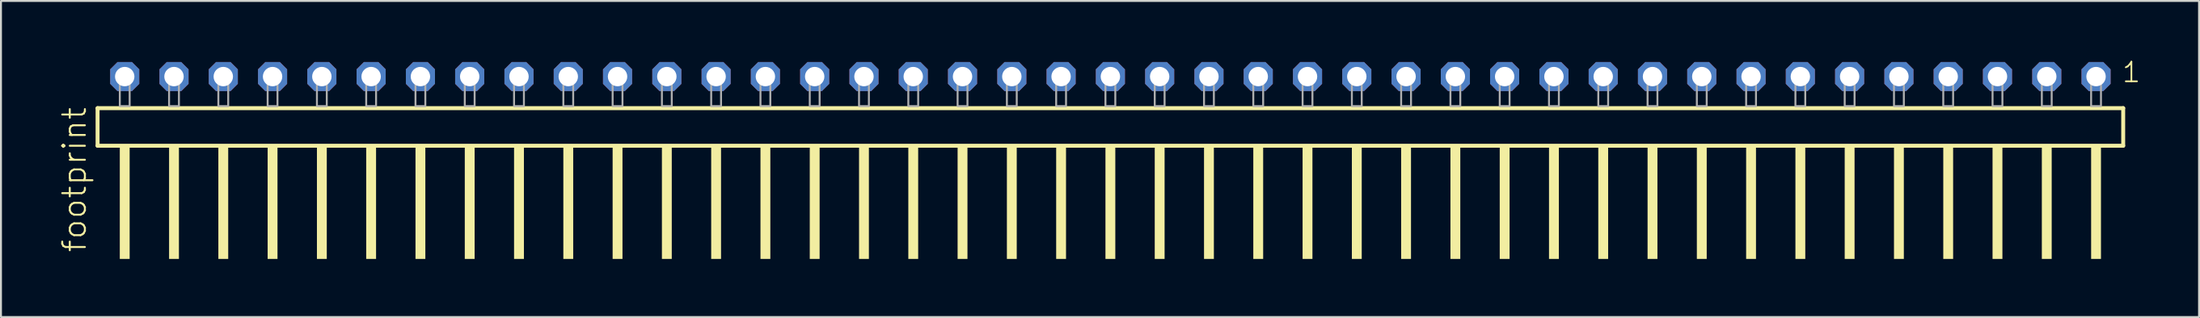
<source format=kicad_pcb>
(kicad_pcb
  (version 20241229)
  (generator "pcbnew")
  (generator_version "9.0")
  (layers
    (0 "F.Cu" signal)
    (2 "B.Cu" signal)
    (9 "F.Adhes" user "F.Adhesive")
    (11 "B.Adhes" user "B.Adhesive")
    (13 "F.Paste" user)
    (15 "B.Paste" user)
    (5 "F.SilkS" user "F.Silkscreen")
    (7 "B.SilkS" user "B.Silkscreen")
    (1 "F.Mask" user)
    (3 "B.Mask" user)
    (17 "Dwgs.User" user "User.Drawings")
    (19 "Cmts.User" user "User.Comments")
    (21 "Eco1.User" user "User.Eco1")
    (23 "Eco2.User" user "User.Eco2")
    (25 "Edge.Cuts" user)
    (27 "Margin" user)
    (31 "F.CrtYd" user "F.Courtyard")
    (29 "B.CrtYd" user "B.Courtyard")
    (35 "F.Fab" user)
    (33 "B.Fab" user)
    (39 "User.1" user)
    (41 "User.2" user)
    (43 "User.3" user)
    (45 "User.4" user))
  (footprint "footprint"
    (layer "F.Cu")
    (at 54.178 2.428)
    (property "Reference" "footprint" (at -52.705 7.62 90) (layer "F.SilkS") (effects (font (size 1.168 1.168) (thickness 0.102)) (justify left bottom)))
    (fp_line (start -52.199 0.106) (end -52.199 2.046) (stroke (width 0.203) (type solid)) (layer "F.SilkS"))
    (fp_line (start -52.199 2.046) (end 52.199 2.046) (stroke (width 0.203) (type solid)) (layer "F.SilkS"))
    (fp_line (start 52.199 0.106) (end -52.199 0.106) (stroke (width 0.203) (type solid)) (layer "F.SilkS"))
    (fp_line (start 52.199 2.046) (end 52.199 0.106) (stroke (width 0.203) (type solid)) (layer "F.SilkS"))
    (fp_poly (pts (xy -51.054 7.89) (xy -50.546 7.89) (xy -50.546 2.04) (xy -51.054 2.04)) (stroke (width 0) (type solid)) (fill yes) (layer "F.SilkS"))
    (fp_poly (pts (xy -48.514 7.89) (xy -48.006 7.89) (xy -48.006 2.04) (xy -48.514 2.04)) (stroke (width 0) (type solid)) (fill yes) (layer "F.SilkS"))
    (fp_poly (pts (xy -45.974 7.89) (xy -45.466 7.89) (xy -45.466 2.04) (xy -45.974 2.04)) (stroke (width 0) (type solid)) (fill yes) (layer "F.SilkS"))
    (fp_poly (pts (xy -43.434 7.89) (xy -42.926 7.89) (xy -42.926 2.04) (xy -43.434 2.04)) (stroke (width 0) (type solid)) (fill yes) (layer "F.SilkS"))
    (fp_poly (pts (xy -40.894 7.89) (xy -40.386 7.89) (xy -40.386 2.04) (xy -40.894 2.04)) (stroke (width 0) (type solid)) (fill yes) (layer "F.SilkS"))
    (fp_poly (pts (xy -38.354 7.89) (xy -37.846 7.89) (xy -37.846 2.04) (xy -38.354 2.04)) (stroke (width 0) (type solid)) (fill yes) (layer "F.SilkS"))
    (fp_poly (pts (xy -35.814 7.89) (xy -35.306 7.89) (xy -35.306 2.04) (xy -35.814 2.04)) (stroke (width 0) (type solid)) (fill yes) (layer "F.SilkS"))
    (fp_poly (pts (xy -33.274 7.89) (xy -32.766 7.89) (xy -32.766 2.04) (xy -33.274 2.04)) (stroke (width 0) (type solid)) (fill yes) (layer "F.SilkS"))
    (fp_poly (pts (xy -30.734 7.89) (xy -30.226 7.89) (xy -30.226 2.04) (xy -30.734 2.04)) (stroke (width 0) (type solid)) (fill yes) (layer "F.SilkS"))
    (fp_poly (pts (xy -28.194 7.89) (xy -27.686 7.89) (xy -27.686 2.04) (xy -28.194 2.04)) (stroke (width 0) (type solid)) (fill yes) (layer "F.SilkS"))
    (fp_poly (pts (xy -25.654 7.89) (xy -25.146 7.89) (xy -25.146 2.04) (xy -25.654 2.04)) (stroke (width 0) (type solid)) (fill yes) (layer "F.SilkS"))
    (fp_poly (pts (xy -23.114 7.89) (xy -22.606 7.89) (xy -22.606 2.04) (xy -23.114 2.04)) (stroke (width 0) (type solid)) (fill yes) (layer "F.SilkS"))
    (fp_poly (pts (xy -20.574 7.89) (xy -20.066 7.89) (xy -20.066 2.04) (xy -20.574 2.04)) (stroke (width 0) (type solid)) (fill yes) (layer "F.SilkS"))
    (fp_poly (pts (xy -18.034 7.89) (xy -17.526 7.89) (xy -17.526 2.04) (xy -18.034 2.04)) (stroke (width 0) (type solid)) (fill yes) (layer "F.SilkS"))
    (fp_poly (pts (xy -15.494 7.89) (xy -14.986 7.89) (xy -14.986 2.04) (xy -15.494 2.04)) (stroke (width 0) (type solid)) (fill yes) (layer "F.SilkS"))
    (fp_poly (pts (xy -12.954 7.89) (xy -12.446 7.89) (xy -12.446 2.04) (xy -12.954 2.04)) (stroke (width 0) (type solid)) (fill yes) (layer "F.SilkS"))
    (fp_poly (pts (xy -10.414 7.89) (xy -9.906 7.89) (xy -9.906 2.04) (xy -10.414 2.04)) (stroke (width 0) (type solid)) (fill yes) (layer "F.SilkS"))
    (fp_poly (pts (xy -7.874 7.89) (xy -7.366 7.89) (xy -7.366 2.04) (xy -7.874 2.04)) (stroke (width 0) (type solid)) (fill yes) (layer "F.SilkS"))
    (fp_poly (pts (xy -5.334 7.89) (xy -4.826 7.89) (xy -4.826 2.04) (xy -5.334 2.04)) (stroke (width 0) (type solid)) (fill yes) (layer "F.SilkS"))
    (fp_poly (pts (xy -2.794 7.89) (xy -2.286 7.89) (xy -2.286 2.04) (xy -2.794 2.04)) (stroke (width 0) (type solid)) (fill yes) (layer "F.SilkS"))
    (fp_poly (pts (xy -0.254 7.89) (xy 0.254 7.89) (xy 0.254 2.04) (xy -0.254 2.04)) (stroke (width 0) (type solid)) (fill yes) (layer "F.SilkS"))
    (fp_poly (pts (xy 2.286 7.89) (xy 2.794 7.89) (xy 2.794 2.04) (xy 2.286 2.04)) (stroke (width 0) (type solid)) (fill yes) (layer "F.SilkS"))
    (fp_poly (pts (xy 4.826 7.89) (xy 5.334 7.89) (xy 5.334 2.04) (xy 4.826 2.04)) (stroke (width 0) (type solid)) (fill yes) (layer "F.SilkS"))
    (fp_poly (pts (xy 7.366 7.89) (xy 7.874 7.89) (xy 7.874 2.04) (xy 7.366 2.04)) (stroke (width 0) (type solid)) (fill yes) (layer "F.SilkS"))
    (fp_poly (pts (xy 9.906 7.89) (xy 10.414 7.89) (xy 10.414 2.04) (xy 9.906 2.04)) (stroke (width 0) (type solid)) (fill yes) (layer "F.SilkS"))
    (fp_poly (pts (xy 12.446 7.89) (xy 12.954 7.89) (xy 12.954 2.04) (xy 12.446 2.04)) (stroke (width 0) (type solid)) (fill yes) (layer "F.SilkS"))
    (fp_poly (pts (xy 14.986 7.89) (xy 15.494 7.89) (xy 15.494 2.04) (xy 14.986 2.04)) (stroke (width 0) (type solid)) (fill yes) (layer "F.SilkS"))
    (fp_poly (pts (xy 17.526 7.89) (xy 18.034 7.89) (xy 18.034 2.04) (xy 17.526 2.04)) (stroke (width 0) (type solid)) (fill yes) (layer "F.SilkS"))
    (fp_poly (pts (xy 20.066 7.89) (xy 20.574 7.89) (xy 20.574 2.04) (xy 20.066 2.04)) (stroke (width 0) (type solid)) (fill yes) (layer "F.SilkS"))
    (fp_poly (pts (xy 22.606 7.89) (xy 23.114 7.89) (xy 23.114 2.04) (xy 22.606 2.04)) (stroke (width 0) (type solid)) (fill yes) (layer "F.SilkS"))
    (fp_poly (pts (xy 25.146 7.89) (xy 25.654 7.89) (xy 25.654 2.04) (xy 25.146 2.04)) (stroke (width 0) (type solid)) (fill yes) (layer "F.SilkS"))
    (fp_poly (pts (xy 27.686 7.89) (xy 28.194 7.89) (xy 28.194 2.04) (xy 27.686 2.04)) (stroke (width 0) (type solid)) (fill yes) (layer "F.SilkS"))
    (fp_poly (pts (xy 30.226 7.89) (xy 30.734 7.89) (xy 30.734 2.04) (xy 30.226 2.04)) (stroke (width 0) (type solid)) (fill yes) (layer "F.SilkS"))
    (fp_poly (pts (xy 32.766 7.89) (xy 33.274 7.89) (xy 33.274 2.04) (xy 32.766 2.04)) (stroke (width 0) (type solid)) (fill yes) (layer "F.SilkS"))
    (fp_poly (pts (xy 35.306 7.89) (xy 35.814 7.89) (xy 35.814 2.04) (xy 35.306 2.04)) (stroke (width 0) (type solid)) (fill yes) (layer "F.SilkS"))
    (fp_poly (pts (xy 37.846 7.89) (xy 38.354 7.89) (xy 38.354 2.04) (xy 37.846 2.04)) (stroke (width 0) (type solid)) (fill yes) (layer "F.SilkS"))
    (fp_poly (pts (xy 40.386 7.89) (xy 40.894 7.89) (xy 40.894 2.04) (xy 40.386 2.04)) (stroke (width 0) (type solid)) (fill yes) (layer "F.SilkS"))
    (fp_poly (pts (xy 42.926 7.89) (xy 43.434 7.89) (xy 43.434 2.04) (xy 42.926 2.04)) (stroke (width 0) (type solid)) (fill yes) (layer "F.SilkS"))
    (fp_poly (pts (xy 45.466 7.89) (xy 45.974 7.89) (xy 45.974 2.04) (xy 45.466 2.04)) (stroke (width 0) (type solid)) (fill yes) (layer "F.SilkS"))
    (fp_poly (pts (xy 48.006 7.89) (xy 48.514 7.89) (xy 48.514 2.04) (xy 48.006 2.04)) (stroke (width 0) (type solid)) (fill yes) (layer "F.SilkS"))
    (fp_poly (pts (xy 50.546 7.89) (xy 51.054 7.89) (xy 51.054 2.04) (xy 50.546 2.04)) (stroke (width 0) (type solid)) (fill yes) (layer "F.SilkS"))
    (fp_poly (pts (xy -51.054 0) (xy -50.546 0) (xy -50.546 -1.778) (xy -51.054 -1.778)) (stroke (width 0.1) (type solid)) (fill no) (layer "F.Fab"))
    (fp_poly (pts (xy -48.514 0) (xy -48.006 0) (xy -48.006 -1.778) (xy -48.514 -1.778)) (stroke (width 0.1) (type solid)) (fill no) (layer "F.Fab"))
    (fp_poly (pts (xy -45.974 0) (xy -45.466 0) (xy -45.466 -1.778) (xy -45.974 -1.778)) (stroke (width 0.1) (type solid)) (fill no) (layer "F.Fab"))
    (fp_poly (pts (xy -43.434 0) (xy -42.926 0) (xy -42.926 -1.778) (xy -43.434 -1.778)) (stroke (width 0.1) (type solid)) (fill no) (layer "F.Fab"))
    (fp_poly (pts (xy -40.894 0) (xy -40.386 0) (xy -40.386 -1.778) (xy -40.894 -1.778)) (stroke (width 0.1) (type solid)) (fill no) (layer "F.Fab"))
    (fp_poly (pts (xy -38.354 0) (xy -37.846 0) (xy -37.846 -1.778) (xy -38.354 -1.778)) (stroke (width 0.1) (type solid)) (fill no) (layer "F.Fab"))
    (fp_poly (pts (xy -35.814 0) (xy -35.306 0) (xy -35.306 -1.778) (xy -35.814 -1.778)) (stroke (width 0.1) (type solid)) (fill no) (layer "F.Fab"))
    (fp_poly (pts (xy -33.274 0) (xy -32.766 0) (xy -32.766 -1.778) (xy -33.274 -1.778)) (stroke (width 0.1) (type solid)) (fill no) (layer "F.Fab"))
    (fp_poly (pts (xy -30.734 0) (xy -30.226 0) (xy -30.226 -1.778) (xy -30.734 -1.778)) (stroke (width 0.1) (type solid)) (fill no) (layer "F.Fab"))
    (fp_poly (pts (xy -28.194 0) (xy -27.686 0) (xy -27.686 -1.778) (xy -28.194 -1.778)) (stroke (width 0.1) (type solid)) (fill no) (layer "F.Fab"))
    (fp_poly (pts (xy -25.654 0) (xy -25.146 0) (xy -25.146 -1.778) (xy -25.654 -1.778)) (stroke (width 0.1) (type solid)) (fill no) (layer "F.Fab"))
    (fp_poly (pts (xy -23.114 0) (xy -22.606 0) (xy -22.606 -1.778) (xy -23.114 -1.778)) (stroke (width 0.1) (type solid)) (fill no) (layer "F.Fab"))
    (fp_poly (pts (xy -20.574 0) (xy -20.066 0) (xy -20.066 -1.778) (xy -20.574 -1.778)) (stroke (width 0.1) (type solid)) (fill no) (layer "F.Fab"))
    (fp_poly (pts (xy -18.034 0) (xy -17.526 0) (xy -17.526 -1.778) (xy -18.034 -1.778)) (stroke (width 0.1) (type solid)) (fill no) (layer "F.Fab"))
    (fp_poly (pts (xy -15.494 0) (xy -14.986 0) (xy -14.986 -1.778) (xy -15.494 -1.778)) (stroke (width 0.1) (type solid)) (fill no) (layer "F.Fab"))
    (fp_poly (pts (xy -12.954 0) (xy -12.446 0) (xy -12.446 -1.778) (xy -12.954 -1.778)) (stroke (width 0.1) (type solid)) (fill no) (layer "F.Fab"))
    (fp_poly (pts (xy -10.414 0) (xy -9.906 0) (xy -9.906 -1.778) (xy -10.414 -1.778)) (stroke (width 0.1) (type solid)) (fill no) (layer "F.Fab"))
    (fp_poly (pts (xy -7.874 0) (xy -7.366 0) (xy -7.366 -1.778) (xy -7.874 -1.778)) (stroke (width 0.1) (type solid)) (fill no) (layer "F.Fab"))
    (fp_poly (pts (xy -5.334 0) (xy -4.826 0) (xy -4.826 -1.778) (xy -5.334 -1.778)) (stroke (width 0.1) (type solid)) (fill no) (layer "F.Fab"))
    (fp_poly (pts (xy -2.794 0) (xy -2.286 0) (xy -2.286 -1.778) (xy -2.794 -1.778)) (stroke (width 0.1) (type solid)) (fill no) (layer "F.Fab"))
    (fp_poly (pts (xy -0.254 0) (xy 0.254 0) (xy 0.254 -1.778) (xy -0.254 -1.778)) (stroke (width 0.1) (type solid)) (fill no) (layer "F.Fab"))
    (fp_poly (pts (xy 2.286 0) (xy 2.794 0) (xy 2.794 -1.778) (xy 2.286 -1.778)) (stroke (width 0.1) (type solid)) (fill no) (layer "F.Fab"))
    (fp_poly (pts (xy 4.826 0) (xy 5.334 0) (xy 5.334 -1.778) (xy 4.826 -1.778)) (stroke (width 0.1) (type solid)) (fill no) (layer "F.Fab"))
    (fp_poly (pts (xy 7.366 0) (xy 7.874 0) (xy 7.874 -1.778) (xy 7.366 -1.778)) (stroke (width 0.1) (type solid)) (fill no) (layer "F.Fab"))
    (fp_poly (pts (xy 9.906 0) (xy 10.414 0) (xy 10.414 -1.778) (xy 9.906 -1.778)) (stroke (width 0.1) (type solid)) (fill no) (layer "F.Fab"))
    (fp_poly (pts (xy 12.446 0) (xy 12.954 0) (xy 12.954 -1.778) (xy 12.446 -1.778)) (stroke (width 0.1) (type solid)) (fill no) (layer "F.Fab"))
    (fp_poly (pts (xy 14.986 0) (xy 15.494 0) (xy 15.494 -1.778) (xy 14.986 -1.778)) (stroke (width 0.1) (type solid)) (fill no) (layer "F.Fab"))
    (fp_poly (pts (xy 17.526 0) (xy 18.034 0) (xy 18.034 -1.778) (xy 17.526 -1.778)) (stroke (width 0.1) (type solid)) (fill no) (layer "F.Fab"))
    (fp_poly (pts (xy 20.066 0) (xy 20.574 0) (xy 20.574 -1.778) (xy 20.066 -1.778)) (stroke (width 0.1) (type solid)) (fill no) (layer "F.Fab"))
    (fp_poly (pts (xy 22.606 0) (xy 23.114 0) (xy 23.114 -1.778) (xy 22.606 -1.778)) (stroke (width 0.1) (type solid)) (fill no) (layer "F.Fab"))
    (fp_poly (pts (xy 25.146 0) (xy 25.654 0) (xy 25.654 -1.778) (xy 25.146 -1.778)) (stroke (width 0.1) (type solid)) (fill no) (layer "F.Fab"))
    (fp_poly (pts (xy 27.686 0) (xy 28.194 0) (xy 28.194 -1.778) (xy 27.686 -1.778)) (stroke (width 0.1) (type solid)) (fill no) (layer "F.Fab"))
    (fp_poly (pts (xy 30.226 0) (xy 30.734 0) (xy 30.734 -1.778) (xy 30.226 -1.778)) (stroke (width 0.1) (type solid)) (fill no) (layer "F.Fab"))
    (fp_poly (pts (xy 32.766 0) (xy 33.274 0) (xy 33.274 -1.778) (xy 32.766 -1.778)) (stroke (width 0.1) (type solid)) (fill no) (layer "F.Fab"))
    (fp_poly (pts (xy 35.306 0) (xy 35.814 0) (xy 35.814 -1.778) (xy 35.306 -1.778)) (stroke (width 0.1) (type solid)) (fill no) (layer "F.Fab"))
    (fp_poly (pts (xy 37.846 0) (xy 38.354 0) (xy 38.354 -1.778) (xy 37.846 -1.778)) (stroke (width 0.1) (type solid)) (fill no) (layer "F.Fab"))
    (fp_poly (pts (xy 40.386 0) (xy 40.894 0) (xy 40.894 -1.778) (xy 40.386 -1.778)) (stroke (width 0.1) (type solid)) (fill no) (layer "F.Fab"))
    (fp_poly (pts (xy 42.926 0) (xy 43.434 0) (xy 43.434 -1.778) (xy 42.926 -1.778)) (stroke (width 0.1) (type solid)) (fill no) (layer "F.Fab"))
    (fp_poly (pts (xy 45.466 0) (xy 45.974 0) (xy 45.974 -1.778) (xy 45.466 -1.778)) (stroke (width 0.1) (type solid)) (fill no) (layer "F.Fab"))
    (fp_poly (pts (xy 48.006 0) (xy 48.514 0) (xy 48.514 -1.778) (xy 48.006 -1.778)) (stroke (width 0.1) (type solid)) (fill no) (layer "F.Fab"))
    (fp_poly (pts (xy 50.546 0) (xy 51.054 0) (xy 51.054 -1.778) (xy 50.546 -1.778)) (stroke (width 0.1) (type solid)) (fill no) (layer "F.Fab"))
    (fp_text user "1" (at 52.082 -1.152 0) (layer "F.SilkS") (effects (font (size 1.012 1.012) (thickness 0.088)) (justify left bottom)))
    (pad "1" thru_hole roundrect (at 50.8 -1.524 180) (size 1.5 1.5) (drill 1) (layers "*.Cu" "*.Mask") (roundrect_rratio 0.25) (chamfer_ratio 0.25) (chamfer top_left top_right bottom_left bottom_right))
    (pad "2" thru_hole roundrect (at 48.26 -1.524 180) (size 1.5 1.5) (drill 1) (layers "*.Cu" "*.Mask") (roundrect_rratio 0.25) (chamfer_ratio 0.25) (chamfer top_left top_right bottom_left bottom_right))
    (pad "3" thru_hole roundrect (at 45.72 -1.524 180) (size 1.5 1.5) (drill 1) (layers "*.Cu" "*.Mask") (roundrect_rratio 0.25) (chamfer_ratio 0.25) (chamfer top_left top_right bottom_left bottom_right))
    (pad "4" thru_hole roundrect (at 43.18 -1.524 180) (size 1.5 1.5) (drill 1) (layers "*.Cu" "*.Mask") (roundrect_rratio 0.25) (chamfer_ratio 0.25) (chamfer top_left top_right bottom_left bottom_right))
    (pad "5" thru_hole roundrect (at 40.64 -1.524 180) (size 1.5 1.5) (drill 1) (layers "*.Cu" "*.Mask") (roundrect_rratio 0.25) (chamfer_ratio 0.25) (chamfer top_left top_right bottom_left bottom_right))
    (pad "6" thru_hole roundrect (at 38.1 -1.524 180) (size 1.5 1.5) (drill 1) (layers "*.Cu" "*.Mask") (roundrect_rratio 0.25) (chamfer_ratio 0.25) (chamfer top_left top_right bottom_left bottom_right))
    (pad "7" thru_hole roundrect (at 35.56 -1.524 180) (size 1.5 1.5) (drill 1) (layers "*.Cu" "*.Mask") (roundrect_rratio 0.25) (chamfer_ratio 0.25) (chamfer top_left top_right bottom_left bottom_right))
    (pad "8" thru_hole roundrect (at 33.02 -1.524 180) (size 1.5 1.5) (drill 1) (layers "*.Cu" "*.Mask") (roundrect_rratio 0.25) (chamfer_ratio 0.25) (chamfer top_left top_right bottom_left bottom_right))
    (pad "9" thru_hole roundrect (at 30.48 -1.524 180) (size 1.5 1.5) (drill 1) (layers "*.Cu" "*.Mask") (roundrect_rratio 0.25) (chamfer_ratio 0.25) (chamfer top_left top_right bottom_left bottom_right))
    (pad "10" thru_hole roundrect (at 27.94 -1.524 180) (size 1.5 1.5) (drill 1) (layers "*.Cu" "*.Mask") (roundrect_rratio 0.25) (chamfer_ratio 0.25) (chamfer top_left top_right bottom_left bottom_right))
    (pad "11" thru_hole roundrect (at 25.4 -1.524 180) (size 1.5 1.5) (drill 1) (layers "*.Cu" "*.Mask") (roundrect_rratio 0.25) (chamfer_ratio 0.25) (chamfer top_left top_right bottom_left bottom_right))
    (pad "12" thru_hole roundrect (at 22.86 -1.524 180) (size 1.5 1.5) (drill 1) (layers "*.Cu" "*.Mask") (roundrect_rratio 0.25) (chamfer_ratio 0.25) (chamfer top_left top_right bottom_left bottom_right))
    (pad "13" thru_hole roundrect (at 20.32 -1.524 180) (size 1.5 1.5) (drill 1) (layers "*.Cu" "*.Mask") (roundrect_rratio 0.25) (chamfer_ratio 0.25) (chamfer top_left top_right bottom_left bottom_right))
    (pad "14" thru_hole roundrect (at 17.78 -1.524 180) (size 1.5 1.5) (drill 1) (layers "*.Cu" "*.Mask") (roundrect_rratio 0.25) (chamfer_ratio 0.25) (chamfer top_left top_right bottom_left bottom_right))
    (pad "15" thru_hole roundrect (at 15.24 -1.524 180) (size 1.5 1.5) (drill 1) (layers "*.Cu" "*.Mask") (roundrect_rratio 0.25) (chamfer_ratio 0.25) (chamfer top_left top_right bottom_left bottom_right))
    (pad "16" thru_hole roundrect (at 12.7 -1.524 180) (size 1.5 1.5) (drill 1) (layers "*.Cu" "*.Mask") (roundrect_rratio 0.25) (chamfer_ratio 0.25) (chamfer top_left top_right bottom_left bottom_right))
    (pad "17" thru_hole roundrect (at 10.16 -1.524 180) (size 1.5 1.5) (drill 1) (layers "*.Cu" "*.Mask") (roundrect_rratio 0.25) (chamfer_ratio 0.25) (chamfer top_left top_right bottom_left bottom_right))
    (pad "18" thru_hole roundrect (at 7.62 -1.524 180) (size 1.5 1.5) (drill 1) (layers "*.Cu" "*.Mask") (roundrect_rratio 0.25) (chamfer_ratio 0.25) (chamfer top_left top_right bottom_left bottom_right))
    (pad "19" thru_hole roundrect (at 5.08 -1.524 180) (size 1.5 1.5) (drill 1) (layers "*.Cu" "*.Mask") (roundrect_rratio 0.25) (chamfer_ratio 0.25) (chamfer top_left top_right bottom_left bottom_right))
    (pad "20" thru_hole roundrect (at 2.54 -1.524 180) (size 1.5 1.5) (drill 1) (layers "*.Cu" "*.Mask") (roundrect_rratio 0.25) (chamfer_ratio 0.25) (chamfer top_left top_right bottom_left bottom_right))
    (pad "21" thru_hole roundrect (at 0 -1.524 180) (size 1.5 1.5) (drill 1) (layers "*.Cu" "*.Mask") (roundrect_rratio 0.25) (chamfer_ratio 0.25) (chamfer top_left top_right bottom_left bottom_right))
    (pad "22" thru_hole roundrect (at -2.54 -1.524 180) (size 1.5 1.5) (drill 1) (layers "*.Cu" "*.Mask") (roundrect_rratio 0.25) (chamfer_ratio 0.25) (chamfer top_left top_right bottom_left bottom_right))
    (pad "23" thru_hole roundrect (at -5.08 -1.524 180) (size 1.5 1.5) (drill 1) (layers "*.Cu" "*.Mask") (roundrect_rratio 0.25) (chamfer_ratio 0.25) (chamfer top_left top_right bottom_left bottom_right))
    (pad "24" thru_hole roundrect (at -7.62 -1.524 180) (size 1.5 1.5) (drill 1) (layers "*.Cu" "*.Mask") (roundrect_rratio 0.25) (chamfer_ratio 0.25) (chamfer top_left top_right bottom_left bottom_right))
    (pad "25" thru_hole roundrect (at -10.16 -1.524 180) (size 1.5 1.5) (drill 1) (layers "*.Cu" "*.Mask") (roundrect_rratio 0.25) (chamfer_ratio 0.25) (chamfer top_left top_right bottom_left bottom_right))
    (pad "26" thru_hole roundrect (at -12.7 -1.524 180) (size 1.5 1.5) (drill 1) (layers "*.Cu" "*.Mask") (roundrect_rratio 0.25) (chamfer_ratio 0.25) (chamfer top_left top_right bottom_left bottom_right))
    (pad "27" thru_hole roundrect (at -15.24 -1.524 180) (size 1.5 1.5) (drill 1) (layers "*.Cu" "*.Mask") (roundrect_rratio 0.25) (chamfer_ratio 0.25) (chamfer top_left top_right bottom_left bottom_right))
    (pad "28" thru_hole roundrect (at -17.78 -1.524 180) (size 1.5 1.5) (drill 1) (layers "*.Cu" "*.Mask") (roundrect_rratio 0.25) (chamfer_ratio 0.25) (chamfer top_left top_right bottom_left bottom_right))
    (pad "29" thru_hole roundrect (at -20.32 -1.524 180) (size 1.5 1.5) (drill 1) (layers "*.Cu" "*.Mask") (roundrect_rratio 0.25) (chamfer_ratio 0.25) (chamfer top_left top_right bottom_left bottom_right))
    (pad "30" thru_hole roundrect (at -22.86 -1.524 180) (size 1.5 1.5) (drill 1) (layers "*.Cu" "*.Mask") (roundrect_rratio 0.25) (chamfer_ratio 0.25) (chamfer top_left top_right bottom_left bottom_right))
    (pad "31" thru_hole roundrect (at -25.4 -1.524 180) (size 1.5 1.5) (drill 1) (layers "*.Cu" "*.Mask") (roundrect_rratio 0.25) (chamfer_ratio 0.25) (chamfer top_left top_right bottom_left bottom_right))
    (pad "32" thru_hole roundrect (at -27.94 -1.524 180) (size 1.5 1.5) (drill 1) (layers "*.Cu" "*.Mask") (roundrect_rratio 0.25) (chamfer_ratio 0.25) (chamfer top_left top_right bottom_left bottom_right))
    (pad "33" thru_hole roundrect (at -30.48 -1.524 180) (size 1.5 1.5) (drill 1) (layers "*.Cu" "*.Mask") (roundrect_rratio 0.25) (chamfer_ratio 0.25) (chamfer top_left top_right bottom_left bottom_right))
    (pad "34" thru_hole roundrect (at -33.02 -1.524 180) (size 1.5 1.5) (drill 1) (layers "*.Cu" "*.Mask") (roundrect_rratio 0.25) (chamfer_ratio 0.25) (chamfer top_left top_right bottom_left bottom_right))
    (pad "35" thru_hole roundrect (at -35.56 -1.524 180) (size 1.5 1.5) (drill 1) (layers "*.Cu" "*.Mask") (roundrect_rratio 0.25) (chamfer_ratio 0.25) (chamfer top_left top_right bottom_left bottom_right))
    (pad "36" thru_hole roundrect (at -38.1 -1.524 180) (size 1.5 1.5) (drill 1) (layers "*.Cu" "*.Mask") (roundrect_rratio 0.25) (chamfer_ratio 0.25) (chamfer top_left top_right bottom_left bottom_right))
    (pad "37" thru_hole roundrect (at -40.64 -1.524 180) (size 1.5 1.5) (drill 1) (layers "*.Cu" "*.Mask") (roundrect_rratio 0.25) (chamfer_ratio 0.25) (chamfer top_left top_right bottom_left bottom_right))
    (pad "38" thru_hole roundrect (at -43.18 -1.524 180) (size 1.5 1.5) (drill 1) (layers "*.Cu" "*.Mask") (roundrect_rratio 0.25) (chamfer_ratio 0.25) (chamfer top_left top_right bottom_left bottom_right))
    (pad "39" thru_hole roundrect (at -45.72 -1.524 180) (size 1.5 1.5) (drill 1) (layers "*.Cu" "*.Mask") (roundrect_rratio 0.25) (chamfer_ratio 0.25) (chamfer top_left top_right bottom_left bottom_right))
    (pad "40" thru_hole roundrect (at -48.26 -1.524 180) (size 1.5 1.5) (drill 1) (layers "*.Cu" "*.Mask") (roundrect_rratio 0.25) (chamfer_ratio 0.25) (chamfer top_left top_right bottom_left bottom_right))
    (pad "41" thru_hole roundrect (at -50.8 -1.524 180) (size 1.5 1.5) (drill 1) (layers "*.Cu" "*.Mask") (roundrect_rratio 0.25) (chamfer_ratio 0.25) (chamfer top_left top_right bottom_left bottom_right)))
  (gr_rect
    (start -3 -3)
    (end 110.286 13.318)
    (stroke (width 0.1) (type default))
    (fill no)
    (layer "Edge.Cuts")))
</source>
